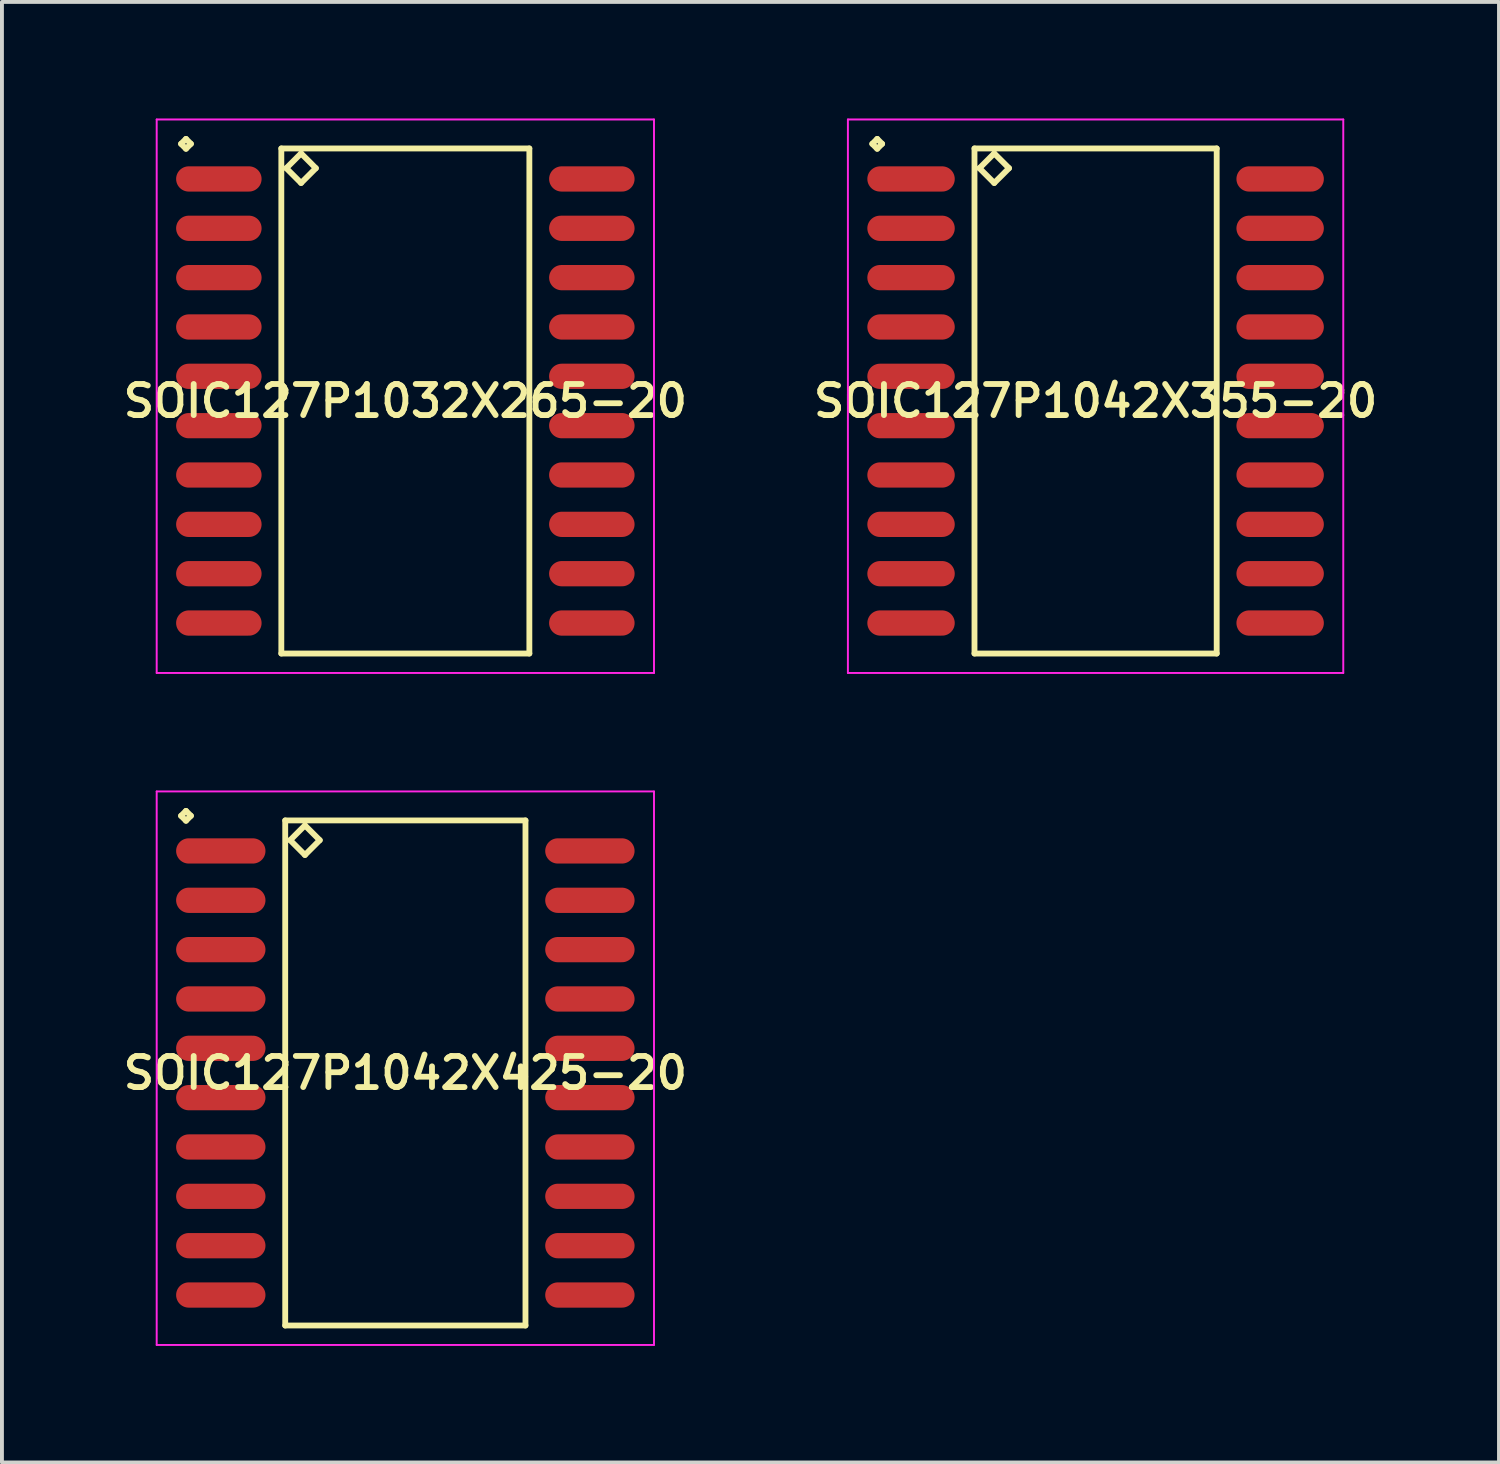
<source format=kicad_pcb>
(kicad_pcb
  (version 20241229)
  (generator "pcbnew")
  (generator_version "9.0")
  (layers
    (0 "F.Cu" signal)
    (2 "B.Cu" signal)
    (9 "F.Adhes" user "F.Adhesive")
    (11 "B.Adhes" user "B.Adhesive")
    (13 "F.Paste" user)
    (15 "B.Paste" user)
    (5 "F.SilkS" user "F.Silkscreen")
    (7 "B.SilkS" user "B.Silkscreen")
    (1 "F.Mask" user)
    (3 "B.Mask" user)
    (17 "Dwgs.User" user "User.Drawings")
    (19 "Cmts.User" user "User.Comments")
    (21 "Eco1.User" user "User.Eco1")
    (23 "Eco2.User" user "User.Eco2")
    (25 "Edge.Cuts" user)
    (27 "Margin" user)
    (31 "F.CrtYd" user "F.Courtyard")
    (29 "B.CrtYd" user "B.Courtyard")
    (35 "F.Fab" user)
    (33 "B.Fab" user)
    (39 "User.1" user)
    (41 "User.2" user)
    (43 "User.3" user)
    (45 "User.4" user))
  (footprint "SOIC127P1042X355-20"
    (layer "F.Cu")
    (at 25.149 7.271)
    (property "Reference" "SOIC127P1042X355-20" (at 0 0 0) (layer "F.SilkS") (effects (font (size 0.8 0.8) (thickness 0.15))))
    (attr smd)
    (fp_line (start -5.748 -6.619) (end -5.621 -6.746) (stroke (width 0.15) (type solid)) (layer "F.SilkS"))
    (fp_line (start -5.621 -6.746) (end -5.494 -6.619) (stroke (width 0.15) (type solid)) (layer "F.SilkS"))
    (fp_line (start -5.621 -6.492) (end -5.748 -6.619) (stroke (width 0.15) (type solid)) (layer "F.SilkS"))
    (fp_line (start -5.494 -6.619) (end -5.621 -6.492) (stroke (width 0.15) (type solid)) (layer "F.SilkS"))
    (fp_line (start -3.117 -6.5) (end -3.117 6.5) (stroke (width 0.15) (type solid)) (layer "F.SilkS"))
    (fp_line (start -3.117 6.5) (end 3.117 6.5) (stroke (width 0.15) (type solid)) (layer "F.SilkS"))
    (fp_line (start -2.99 -5.992) (end -2.609 -6.373) (stroke (width 0.15) (type solid)) (layer "F.SilkS"))
    (fp_line (start -2.609 -6.373) (end -2.228 -5.992) (stroke (width 0.15) (type solid)) (layer "F.SilkS"))
    (fp_line (start -2.609 -5.611) (end -2.99 -5.992) (stroke (width 0.15) (type solid)) (layer "F.SilkS"))
    (fp_line (start -2.228 -5.992) (end -2.609 -5.611) (stroke (width 0.15) (type solid)) (layer "F.SilkS"))
    (fp_line (start 3.117 -6.5) (end -3.117 -6.5) (stroke (width 0.15) (type solid)) (layer "F.SilkS"))
    (fp_line (start 3.117 6.5) (end 3.117 -6.5) (stroke (width 0.15) (type solid)) (layer "F.SilkS"))
    (fp_line (start -6.375 -7.246) (end 6.375 -7.246) (stroke (width 0.05) (type solid)) (layer "F.CrtYd"))
    (fp_line (start -6.375 7) (end -6.375 -7.246) (stroke (width 0.05) (type solid)) (layer "F.CrtYd"))
    (fp_line (start 6.375 -7.246) (end 6.375 7) (stroke (width 0.05) (type solid)) (layer "F.CrtYd"))
    (fp_line (start 6.375 7) (end -6.375 7) (stroke (width 0.05) (type solid)) (layer "F.CrtYd"))
    (pad "1" smd oval (at -4.75 -5.715) (size 2.25 0.65) (layers "F.Cu" "F.Mask" "F.Paste"))
    (pad "2" smd oval (at -4.75 -4.445) (size 2.25 0.65) (layers "F.Cu" "F.Mask" "F.Paste"))
    (pad "3" smd oval (at -4.75 -3.175) (size 2.25 0.65) (layers "F.Cu" "F.Mask" "F.Paste"))
    (pad "4" smd oval (at -4.75 -1.905) (size 2.25 0.65) (layers "F.Cu" "F.Mask" "F.Paste"))
    (pad "5" smd oval (at -4.75 -0.635) (size 2.25 0.65) (layers "F.Cu" "F.Mask" "F.Paste"))
    (pad "6" smd oval (at -4.75 0.635) (size 2.25 0.65) (layers "F.Cu" "F.Mask" "F.Paste"))
    (pad "7" smd oval (at -4.75 1.905) (size 2.25 0.65) (layers "F.Cu" "F.Mask" "F.Paste"))
    (pad "8" smd oval (at -4.75 3.175) (size 2.25 0.65) (layers "F.Cu" "F.Mask" "F.Paste"))
    (pad "9" smd oval (at -4.75 4.445) (size 2.25 0.65) (layers "F.Cu" "F.Mask" "F.Paste"))
    (pad "10" smd oval (at -4.75 5.715) (size 2.25 0.65) (layers "F.Cu" "F.Mask" "F.Paste"))
    (pad "11" smd oval (at 4.75 5.715) (size 2.25 0.65) (layers "F.Cu" "F.Mask" "F.Paste"))
    (pad "12" smd oval (at 4.75 4.445) (size 2.25 0.65) (layers "F.Cu" "F.Mask" "F.Paste"))
    (pad "13" smd oval (at 4.75 3.175) (size 2.25 0.65) (layers "F.Cu" "F.Mask" "F.Paste"))
    (pad "14" smd oval (at 4.75 1.905) (size 2.25 0.65) (layers "F.Cu" "F.Mask" "F.Paste"))
    (pad "15" smd oval (at 4.75 0.635) (size 2.25 0.65) (layers "F.Cu" "F.Mask" "F.Paste"))
    (pad "16" smd oval (at 4.75 -0.635) (size 2.25 0.65) (layers "F.Cu" "F.Mask" "F.Paste"))
    (pad "17" smd oval (at 4.75 -1.905) (size 2.25 0.65) (layers "F.Cu" "F.Mask" "F.Paste"))
    (pad "18" smd oval (at 4.75 -3.175) (size 2.25 0.65) (layers "F.Cu" "F.Mask" "F.Paste"))
    (pad "19" smd oval (at 4.75 -4.445) (size 2.25 0.65) (layers "F.Cu" "F.Mask" "F.Paste"))
    (pad "20" smd oval (at 4.75 -5.715) (size 2.25 0.65) (layers "F.Cu" "F.Mask" "F.Paste")))
  (footprint "SOIC127P1032X265-20"
    (layer "F.Cu")
    (at 7.383 7.271)
    (property "Reference" "SOIC127P1032X265-20" (at 0 0 0) (layer "F.SilkS") (effects (font (size 0.8 0.8) (thickness 0.15))))
    (attr smd)
    (fp_line (start -5.773 -6.619) (end -5.646 -6.746) (stroke (width 0.15) (type solid)) (layer "F.SilkS"))
    (fp_line (start -5.646 -6.746) (end -5.519 -6.619) (stroke (width 0.15) (type solid)) (layer "F.SilkS"))
    (fp_line (start -5.646 -6.492) (end -5.773 -6.619) (stroke (width 0.15) (type solid)) (layer "F.SilkS"))
    (fp_line (start -5.519 -6.619) (end -5.646 -6.492) (stroke (width 0.15) (type solid)) (layer "F.SilkS"))
    (fp_line (start -3.192 -6.5) (end -3.192 6.5) (stroke (width 0.15) (type solid)) (layer "F.SilkS"))
    (fp_line (start -3.192 6.5) (end 3.192 6.5) (stroke (width 0.15) (type solid)) (layer "F.SilkS"))
    (fp_line (start -3.065 -5.992) (end -2.684 -6.373) (stroke (width 0.15) (type solid)) (layer "F.SilkS"))
    (fp_line (start -2.684 -6.373) (end -2.303 -5.992) (stroke (width 0.15) (type solid)) (layer "F.SilkS"))
    (fp_line (start -2.684 -5.611) (end -3.065 -5.992) (stroke (width 0.15) (type solid)) (layer "F.SilkS"))
    (fp_line (start -2.303 -5.992) (end -2.684 -5.611) (stroke (width 0.15) (type solid)) (layer "F.SilkS"))
    (fp_line (start 3.192 -6.5) (end -3.192 -6.5) (stroke (width 0.15) (type solid)) (layer "F.SilkS"))
    (fp_line (start 3.192 6.5) (end 3.192 -6.5) (stroke (width 0.15) (type solid)) (layer "F.SilkS"))
    (fp_line (start -6.4 -7.246) (end 6.4 -7.246) (stroke (width 0.05) (type solid)) (layer "F.CrtYd"))
    (fp_line (start -6.4 7) (end -6.4 -7.246) (stroke (width 0.05) (type solid)) (layer "F.CrtYd"))
    (fp_line (start 6.4 -7.246) (end 6.4 7) (stroke (width 0.05) (type solid)) (layer "F.CrtYd"))
    (fp_line (start 6.4 7) (end -6.4 7) (stroke (width 0.05) (type solid)) (layer "F.CrtYd"))
    (pad "1" smd oval (at -4.8 -5.715) (size 2.2 0.65) (layers "F.Cu" "F.Mask" "F.Paste"))
    (pad "2" smd oval (at -4.8 -4.445) (size 2.2 0.65) (layers "F.Cu" "F.Mask" "F.Paste"))
    (pad "3" smd oval (at -4.8 -3.175) (size 2.2 0.65) (layers "F.Cu" "F.Mask" "F.Paste"))
    (pad "4" smd oval (at -4.8 -1.905) (size 2.2 0.65) (layers "F.Cu" "F.Mask" "F.Paste"))
    (pad "5" smd oval (at -4.8 -0.635) (size 2.2 0.65) (layers "F.Cu" "F.Mask" "F.Paste"))
    (pad "6" smd oval (at -4.8 0.635) (size 2.2 0.65) (layers "F.Cu" "F.Mask" "F.Paste"))
    (pad "7" smd oval (at -4.8 1.905) (size 2.2 0.65) (layers "F.Cu" "F.Mask" "F.Paste"))
    (pad "8" smd oval (at -4.8 3.175) (size 2.2 0.65) (layers "F.Cu" "F.Mask" "F.Paste"))
    (pad "9" smd oval (at -4.8 4.445) (size 2.2 0.65) (layers "F.Cu" "F.Mask" "F.Paste"))
    (pad "10" smd oval (at -4.8 5.715) (size 2.2 0.65) (layers "F.Cu" "F.Mask" "F.Paste"))
    (pad "11" smd oval (at 4.8 5.715) (size 2.2 0.65) (layers "F.Cu" "F.Mask" "F.Paste"))
    (pad "12" smd oval (at 4.8 4.445) (size 2.2 0.65) (layers "F.Cu" "F.Mask" "F.Paste"))
    (pad "13" smd oval (at 4.8 3.175) (size 2.2 0.65) (layers "F.Cu" "F.Mask" "F.Paste"))
    (pad "14" smd oval (at 4.8 1.905) (size 2.2 0.65) (layers "F.Cu" "F.Mask" "F.Paste"))
    (pad "15" smd oval (at 4.8 0.635) (size 2.2 0.65) (layers "F.Cu" "F.Mask" "F.Paste"))
    (pad "16" smd oval (at 4.8 -0.635) (size 2.2 0.65) (layers "F.Cu" "F.Mask" "F.Paste"))
    (pad "17" smd oval (at 4.8 -1.905) (size 2.2 0.65) (layers "F.Cu" "F.Mask" "F.Paste"))
    (pad "18" smd oval (at 4.8 -3.175) (size 2.2 0.65) (layers "F.Cu" "F.Mask" "F.Paste"))
    (pad "19" smd oval (at 4.8 -4.445) (size 2.2 0.65) (layers "F.Cu" "F.Mask" "F.Paste"))
    (pad "20" smd oval (at 4.8 -5.715) (size 2.2 0.65) (layers "F.Cu" "F.Mask" "F.Paste")))
  (footprint "SOIC127P1042X425-20"
    (layer "F.Cu")
    (at 7.383 24.567)
    (property "Reference" "SOIC127P1042X425-20" (at 0 0 0) (layer "F.SilkS") (effects (font (size 0.8 0.8) (thickness 0.15))))
    (attr smd)
    (fp_line (start -5.773 -6.619) (end -5.646 -6.746) (stroke (width 0.15) (type solid)) (layer "F.SilkS"))
    (fp_line (start -5.646 -6.746) (end -5.519 -6.619) (stroke (width 0.15) (type solid)) (layer "F.SilkS"))
    (fp_line (start -5.646 -6.492) (end -5.773 -6.619) (stroke (width 0.15) (type solid)) (layer "F.SilkS"))
    (fp_line (start -5.519 -6.619) (end -5.646 -6.492) (stroke (width 0.15) (type solid)) (layer "F.SilkS"))
    (fp_line (start -3.092 -6.5) (end -3.092 6.5) (stroke (width 0.15) (type solid)) (layer "F.SilkS"))
    (fp_line (start -3.092 6.5) (end 3.092 6.5) (stroke (width 0.15) (type solid)) (layer "F.SilkS"))
    (fp_line (start -2.965 -5.992) (end -2.584 -6.373) (stroke (width 0.15) (type solid)) (layer "F.SilkS"))
    (fp_line (start -2.584 -6.373) (end -2.203 -5.992) (stroke (width 0.15) (type solid)) (layer "F.SilkS"))
    (fp_line (start -2.584 -5.611) (end -2.965 -5.992) (stroke (width 0.15) (type solid)) (layer "F.SilkS"))
    (fp_line (start -2.203 -5.992) (end -2.584 -5.611) (stroke (width 0.15) (type solid)) (layer "F.SilkS"))
    (fp_line (start 3.092 -6.5) (end -3.092 -6.5) (stroke (width 0.15) (type solid)) (layer "F.SilkS"))
    (fp_line (start 3.092 6.5) (end 3.092 -6.5) (stroke (width 0.15) (type solid)) (layer "F.SilkS"))
    (fp_line (start -6.4 -7.246) (end 6.4 -7.246) (stroke (width 0.05) (type solid)) (layer "F.CrtYd"))
    (fp_line (start -6.4 7) (end -6.4 -7.246) (stroke (width 0.05) (type solid)) (layer "F.CrtYd"))
    (fp_line (start 6.4 -7.246) (end 6.4 7) (stroke (width 0.05) (type solid)) (layer "F.CrtYd"))
    (fp_line (start 6.4 7) (end -6.4 7) (stroke (width 0.05) (type solid)) (layer "F.CrtYd"))
    (pad "1" smd oval (at -4.75 -5.715) (size 2.3 0.65) (layers "F.Cu" "F.Mask" "F.Paste"))
    (pad "2" smd oval (at -4.75 -4.445) (size 2.3 0.65) (layers "F.Cu" "F.Mask" "F.Paste"))
    (pad "3" smd oval (at -4.75 -3.175) (size 2.3 0.65) (layers "F.Cu" "F.Mask" "F.Paste"))
    (pad "4" smd oval (at -4.75 -1.905) (size 2.3 0.65) (layers "F.Cu" "F.Mask" "F.Paste"))
    (pad "5" smd oval (at -4.75 -0.635) (size 2.3 0.65) (layers "F.Cu" "F.Mask" "F.Paste"))
    (pad "6" smd oval (at -4.75 0.635) (size 2.3 0.65) (layers "F.Cu" "F.Mask" "F.Paste"))
    (pad "7" smd oval (at -4.75 1.905) (size 2.3 0.65) (layers "F.Cu" "F.Mask" "F.Paste"))
    (pad "8" smd oval (at -4.75 3.175) (size 2.3 0.65) (layers "F.Cu" "F.Mask" "F.Paste"))
    (pad "9" smd oval (at -4.75 4.445) (size 2.3 0.65) (layers "F.Cu" "F.Mask" "F.Paste"))
    (pad "10" smd oval (at -4.75 5.715) (size 2.3 0.65) (layers "F.Cu" "F.Mask" "F.Paste"))
    (pad "11" smd oval (at 4.75 5.715) (size 2.3 0.65) (layers "F.Cu" "F.Mask" "F.Paste"))
    (pad "12" smd oval (at 4.75 4.445) (size 2.3 0.65) (layers "F.Cu" "F.Mask" "F.Paste"))
    (pad "13" smd oval (at 4.75 3.175) (size 2.3 0.65) (layers "F.Cu" "F.Mask" "F.Paste"))
    (pad "14" smd oval (at 4.75 1.905) (size 2.3 0.65) (layers "F.Cu" "F.Mask" "F.Paste"))
    (pad "15" smd oval (at 4.75 0.635) (size 2.3 0.65) (layers "F.Cu" "F.Mask" "F.Paste"))
    (pad "16" smd oval (at 4.75 -0.635) (size 2.3 0.65) (layers "F.Cu" "F.Mask" "F.Paste"))
    (pad "17" smd oval (at 4.75 -1.905) (size 2.3 0.65) (layers "F.Cu" "F.Mask" "F.Paste"))
    (pad "18" smd oval (at 4.75 -3.175) (size 2.3 0.65) (layers "F.Cu" "F.Mask" "F.Paste"))
    (pad "19" smd oval (at 4.75 -4.445) (size 2.3 0.65) (layers "F.Cu" "F.Mask" "F.Paste"))
    (pad "20" smd oval (at 4.75 -5.715) (size 2.3 0.65) (layers "F.Cu" "F.Mask" "F.Paste")))
  (gr_rect
    (start -3 -3)
    (end 35.532 34.592)
    (stroke (width 0.1) (type default))
    (fill no)
    (layer "Edge.Cuts")))
</source>
